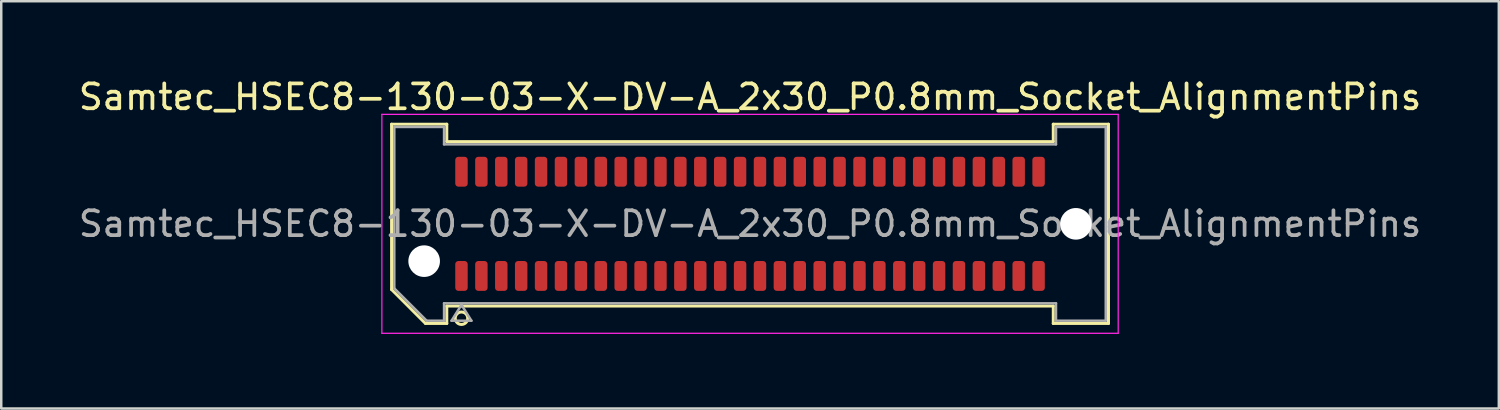
<source format=kicad_pcb>
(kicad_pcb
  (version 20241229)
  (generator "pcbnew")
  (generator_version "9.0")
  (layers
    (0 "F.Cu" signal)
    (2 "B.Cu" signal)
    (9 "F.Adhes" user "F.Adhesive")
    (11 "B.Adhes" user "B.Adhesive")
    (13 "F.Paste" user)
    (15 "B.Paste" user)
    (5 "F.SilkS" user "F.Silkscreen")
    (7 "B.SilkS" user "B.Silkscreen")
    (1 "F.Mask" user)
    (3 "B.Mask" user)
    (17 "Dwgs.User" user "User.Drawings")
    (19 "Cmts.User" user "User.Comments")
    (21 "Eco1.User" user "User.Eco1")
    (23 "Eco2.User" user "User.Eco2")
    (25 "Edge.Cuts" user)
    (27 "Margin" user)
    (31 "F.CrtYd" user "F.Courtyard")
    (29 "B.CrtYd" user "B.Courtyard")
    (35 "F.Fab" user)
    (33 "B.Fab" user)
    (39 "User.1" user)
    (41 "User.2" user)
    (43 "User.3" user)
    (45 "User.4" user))
  (footprint "Samtec_HSEC8-130-03-X-DV-A_2x30_P0.8mm_Socket_AlignmentPins"
    (layer "F.Cu")
    (at 27.101 5.948)
    (property "Reference" "Samtec_HSEC8-130-03-X-DV-A_2x30_P0.8mm_Socket_AlignmentPins" (at 0 -5.1 0) (layer "F.SilkS") (effects (font (size 1 1) (thickness 0.15))))
    (attr smd)
    (fp_line (start -14.41 -4.005) (end -12.19 -4.005) (stroke (width 0.12) (type solid)) (layer "F.SilkS"))
    (fp_line (start -14.41 2.641) (end -14.41 -4.005) (stroke (width 0.12) (type solid)) (layer "F.SilkS"))
    (fp_line (start -13.046 4.005) (end -14.41 2.641) (stroke (width 0.12) (type solid)) (layer "F.SilkS"))
    (fp_line (start -12.19 -4.005) (end -12.19 -3.305) (stroke (width 0.12) (type solid)) (layer "F.SilkS"))
    (fp_line (start -12.19 -3.305) (end 12.19 -3.305) (stroke (width 0.12) (type solid)) (layer "F.SilkS"))
    (fp_line (start -12.19 3.305) (end -12.19 4.005) (stroke (width 0.12) (type solid)) (layer "F.SilkS"))
    (fp_line (start -12.19 4.005) (end -13.046 4.005) (stroke (width 0.12) (type solid)) (layer "F.SilkS"))
    (fp_line (start 12.19 -4.005) (end 14.41 -4.005) (stroke (width 0.12) (type solid)) (layer "F.SilkS"))
    (fp_line (start 12.19 -3.305) (end 12.19 -4.005) (stroke (width 0.12) (type solid)) (layer "F.SilkS"))
    (fp_line (start 12.19 3.305) (end -12.19 3.305) (stroke (width 0.12) (type solid)) (layer "F.SilkS"))
    (fp_line (start 12.19 4.005) (end 12.19 3.305) (stroke (width 0.12) (type solid)) (layer "F.SilkS"))
    (fp_line (start 14.41 -4.005) (end 14.41 4.005) (stroke (width 0.12) (type solid)) (layer "F.SilkS"))
    (fp_line (start 14.41 4.005) (end 12.19 4.005) (stroke (width 0.12) (type solid)) (layer "F.SilkS"))
    (fp_arc (start -11.35 3.795) (mid -11.85 3.795) (end -11.35 3.795) (stroke (width 0.12) (type solid)) (layer "F.SilkS"))
    (fp_line (start -14.8 -4.4) (end -14.8 4.4) (stroke (width 0.05) (type solid)) (layer "F.CrtYd"))
    (fp_line (start -14.8 4.4) (end 14.8 4.4) (stroke (width 0.05) (type solid)) (layer "F.CrtYd"))
    (fp_line (start 14.8 -4.4) (end -14.8 -4.4) (stroke (width 0.05) (type solid)) (layer "F.CrtYd"))
    (fp_line (start 14.8 4.4) (end 14.8 -4.4) (stroke (width 0.05) (type solid)) (layer "F.CrtYd"))
    (fp_line (start -14.3 -3.895) (end -12.3 -3.895) (stroke (width 0.1) (type solid)) (layer "F.Fab"))
    (fp_line (start -14.3 2.595) (end -14.3 -3.895) (stroke (width 0.1) (type solid)) (layer "F.Fab"))
    (fp_line (start -13 3.895) (end -14.3 2.595) (stroke (width 0.1) (type solid)) (layer "F.Fab"))
    (fp_line (start -12.3 -3.895) (end -12.3 -3.195) (stroke (width 0.1) (type solid)) (layer "F.Fab"))
    (fp_line (start -12.3 -3.195) (end 12.3 -3.195) (stroke (width 0.1) (type solid)) (layer "F.Fab"))
    (fp_line (start -12.3 3.195) (end -12.3 3.895) (stroke (width 0.1) (type solid)) (layer "F.Fab"))
    (fp_line (start -12.3 3.895) (end -13 3.895) (stroke (width 0.1) (type solid)) (layer "F.Fab"))
    (fp_line (start -12 3.895) (end -11.6 3.255) (stroke (width 0.1) (type solid)) (layer "F.Fab"))
    (fp_line (start -11.6 3.255) (end -11.2 3.895) (stroke (width 0.1) (type solid)) (layer "F.Fab"))
    (fp_line (start -11.2 3.895) (end -12 3.895) (stroke (width 0.1) (type solid)) (layer "F.Fab"))
    (fp_line (start 12.3 -3.895) (end 14.3 -3.895) (stroke (width 0.1) (type solid)) (layer "F.Fab"))
    (fp_line (start 12.3 -3.195) (end 12.3 -3.895) (stroke (width 0.1) (type solid)) (layer "F.Fab"))
    (fp_line (start 12.3 3.195) (end -12.3 3.195) (stroke (width 0.1) (type solid)) (layer "F.Fab"))
    (fp_line (start 12.3 3.895) (end 12.3 3.195) (stroke (width 0.1) (type solid)) (layer "F.Fab"))
    (fp_line (start 14.3 -3.895) (end 14.3 3.895) (stroke (width 0.1) (type solid)) (layer "F.Fab"))
    (fp_line (start 14.3 3.895) (end 12.3 3.895) (stroke (width 0.1) (type solid)) (layer "F.Fab"))
    (fp_text user "${REFERENCE}" (at 0 0 0) (layer "F.Fab") (effects (font (size 1 1) (thickness 0.15))))
    (pad "" np_thru_hole circle (at -13.1 1.5) (size 1.27 1.27) (drill 1.27) (layers "*.Cu" "*.Mask"))
    (pad "" np_thru_hole circle (at 13.1 0) (size 1.27 1.27) (drill 1.27) (layers "*.Cu" "*.Mask"))
    (pad "1" smd roundrect (at -11.6 2.095) (size 0.5 1.2) (layers "F.Cu" "F.Mask" "F.Paste") (roundrect_rratio 0.25))
    (pad "2" smd roundrect (at -11.6 -2.095) (size 0.5 1.2) (layers "F.Cu" "F.Mask" "F.Paste") (roundrect_rratio 0.25))
    (pad "3" smd roundrect (at -10.8 2.095) (size 0.5 1.2) (layers "F.Cu" "F.Mask" "F.Paste") (roundrect_rratio 0.25))
    (pad "4" smd roundrect (at -10.8 -2.095) (size 0.5 1.2) (layers "F.Cu" "F.Mask" "F.Paste") (roundrect_rratio 0.25))
    (pad "5" smd roundrect (at -10 2.095) (size 0.5 1.2) (layers "F.Cu" "F.Mask" "F.Paste") (roundrect_rratio 0.25))
    (pad "6" smd roundrect (at -10 -2.095) (size 0.5 1.2) (layers "F.Cu" "F.Mask" "F.Paste") (roundrect_rratio 0.25))
    (pad "7" smd roundrect (at -9.2 2.095) (size 0.5 1.2) (layers "F.Cu" "F.Mask" "F.Paste") (roundrect_rratio 0.25))
    (pad "8" smd roundrect (at -9.2 -2.095) (size 0.5 1.2) (layers "F.Cu" "F.Mask" "F.Paste") (roundrect_rratio 0.25))
    (pad "9" smd roundrect (at -8.4 2.095) (size 0.5 1.2) (layers "F.Cu" "F.Mask" "F.Paste") (roundrect_rratio 0.25))
    (pad "10" smd roundrect (at -8.4 -2.095) (size 0.5 1.2) (layers "F.Cu" "F.Mask" "F.Paste") (roundrect_rratio 0.25))
    (pad "11" smd roundrect (at -7.6 2.095) (size 0.5 1.2) (layers "F.Cu" "F.Mask" "F.Paste") (roundrect_rratio 0.25))
    (pad "12" smd roundrect (at -7.6 -2.095) (size 0.5 1.2) (layers "F.Cu" "F.Mask" "F.Paste") (roundrect_rratio 0.25))
    (pad "13" smd roundrect (at -6.8 2.095) (size 0.5 1.2) (layers "F.Cu" "F.Mask" "F.Paste") (roundrect_rratio 0.25))
    (pad "14" smd roundrect (at -6.8 -2.095) (size 0.5 1.2) (layers "F.Cu" "F.Mask" "F.Paste") (roundrect_rratio 0.25))
    (pad "15" smd roundrect (at -6 2.095) (size 0.5 1.2) (layers "F.Cu" "F.Mask" "F.Paste") (roundrect_rratio 0.25))
    (pad "16" smd roundrect (at -6 -2.095) (size 0.5 1.2) (layers "F.Cu" "F.Mask" "F.Paste") (roundrect_rratio 0.25))
    (pad "17" smd roundrect (at -5.2 2.095) (size 0.5 1.2) (layers "F.Cu" "F.Mask" "F.Paste") (roundrect_rratio 0.25))
    (pad "18" smd roundrect (at -5.2 -2.095) (size 0.5 1.2) (layers "F.Cu" "F.Mask" "F.Paste") (roundrect_rratio 0.25))
    (pad "19" smd roundrect (at -4.4 2.095) (size 0.5 1.2) (layers "F.Cu" "F.Mask" "F.Paste") (roundrect_rratio 0.25))
    (pad "20" smd roundrect (at -4.4 -2.095) (size 0.5 1.2) (layers "F.Cu" "F.Mask" "F.Paste") (roundrect_rratio 0.25))
    (pad "21" smd roundrect (at -3.6 2.095) (size 0.5 1.2) (layers "F.Cu" "F.Mask" "F.Paste") (roundrect_rratio 0.25))
    (pad "22" smd roundrect (at -3.6 -2.095) (size 0.5 1.2) (layers "F.Cu" "F.Mask" "F.Paste") (roundrect_rratio 0.25))
    (pad "23" smd roundrect (at -2.8 2.095) (size 0.5 1.2) (layers "F.Cu" "F.Mask" "F.Paste") (roundrect_rratio 0.25))
    (pad "24" smd roundrect (at -2.8 -2.095) (size 0.5 1.2) (layers "F.Cu" "F.Mask" "F.Paste") (roundrect_rratio 0.25))
    (pad "25" smd roundrect (at -2 2.095) (size 0.5 1.2) (layers "F.Cu" "F.Mask" "F.Paste") (roundrect_rratio 0.25))
    (pad "26" smd roundrect (at -2 -2.095) (size 0.5 1.2) (layers "F.Cu" "F.Mask" "F.Paste") (roundrect_rratio 0.25))
    (pad "27" smd roundrect (at -1.2 2.095) (size 0.5 1.2) (layers "F.Cu" "F.Mask" "F.Paste") (roundrect_rratio 0.25))
    (pad "28" smd roundrect (at -1.2 -2.095) (size 0.5 1.2) (layers "F.Cu" "F.Mask" "F.Paste") (roundrect_rratio 0.25))
    (pad "29" smd roundrect (at -0.4 2.095) (size 0.5 1.2) (layers "F.Cu" "F.Mask" "F.Paste") (roundrect_rratio 0.25))
    (pad "30" smd roundrect (at -0.4 -2.095) (size 0.5 1.2) (layers "F.Cu" "F.Mask" "F.Paste") (roundrect_rratio 0.25))
    (pad "31" smd roundrect (at 0.4 2.095) (size 0.5 1.2) (layers "F.Cu" "F.Mask" "F.Paste") (roundrect_rratio 0.25))
    (pad "32" smd roundrect (at 0.4 -2.095) (size 0.5 1.2) (layers "F.Cu" "F.Mask" "F.Paste") (roundrect_rratio 0.25))
    (pad "33" smd roundrect (at 1.2 2.095) (size 0.5 1.2) (layers "F.Cu" "F.Mask" "F.Paste") (roundrect_rratio 0.25))
    (pad "34" smd roundrect (at 1.2 -2.095) (size 0.5 1.2) (layers "F.Cu" "F.Mask" "F.Paste") (roundrect_rratio 0.25))
    (pad "35" smd roundrect (at 2 2.095) (size 0.5 1.2) (layers "F.Cu" "F.Mask" "F.Paste") (roundrect_rratio 0.25))
    (pad "36" smd roundrect (at 2 -2.095) (size 0.5 1.2) (layers "F.Cu" "F.Mask" "F.Paste") (roundrect_rratio 0.25))
    (pad "37" smd roundrect (at 2.8 2.095) (size 0.5 1.2) (layers "F.Cu" "F.Mask" "F.Paste") (roundrect_rratio 0.25))
    (pad "38" smd roundrect (at 2.8 -2.095) (size 0.5 1.2) (layers "F.Cu" "F.Mask" "F.Paste") (roundrect_rratio 0.25))
    (pad "39" smd roundrect (at 3.6 2.095) (size 0.5 1.2) (layers "F.Cu" "F.Mask" "F.Paste") (roundrect_rratio 0.25))
    (pad "40" smd roundrect (at 3.6 -2.095) (size 0.5 1.2) (layers "F.Cu" "F.Mask" "F.Paste") (roundrect_rratio 0.25))
    (pad "41" smd roundrect (at 4.4 2.095) (size 0.5 1.2) (layers "F.Cu" "F.Mask" "F.Paste") (roundrect_rratio 0.25))
    (pad "42" smd roundrect (at 4.4 -2.095) (size 0.5 1.2) (layers "F.Cu" "F.Mask" "F.Paste") (roundrect_rratio 0.25))
    (pad "43" smd roundrect (at 5.2 2.095) (size 0.5 1.2) (layers "F.Cu" "F.Mask" "F.Paste") (roundrect_rratio 0.25))
    (pad "44" smd roundrect (at 5.2 -2.095) (size 0.5 1.2) (layers "F.Cu" "F.Mask" "F.Paste") (roundrect_rratio 0.25))
    (pad "45" smd roundrect (at 6 2.095) (size 0.5 1.2) (layers "F.Cu" "F.Mask" "F.Paste") (roundrect_rratio 0.25))
    (pad "46" smd roundrect (at 6 -2.095) (size 0.5 1.2) (layers "F.Cu" "F.Mask" "F.Paste") (roundrect_rratio 0.25))
    (pad "47" smd roundrect (at 6.8 2.095) (size 0.5 1.2) (layers "F.Cu" "F.Mask" "F.Paste") (roundrect_rratio 0.25))
    (pad "48" smd roundrect (at 6.8 -2.095) (size 0.5 1.2) (layers "F.Cu" "F.Mask" "F.Paste") (roundrect_rratio 0.25))
    (pad "49" smd roundrect (at 7.6 2.095) (size 0.5 1.2) (layers "F.Cu" "F.Mask" "F.Paste") (roundrect_rratio 0.25))
    (pad "50" smd roundrect (at 7.6 -2.095) (size 0.5 1.2) (layers "F.Cu" "F.Mask" "F.Paste") (roundrect_rratio 0.25))
    (pad "51" smd roundrect (at 8.4 2.095) (size 0.5 1.2) (layers "F.Cu" "F.Mask" "F.Paste") (roundrect_rratio 0.25))
    (pad "52" smd roundrect (at 8.4 -2.095) (size 0.5 1.2) (layers "F.Cu" "F.Mask" "F.Paste") (roundrect_rratio 0.25))
    (pad "53" smd roundrect (at 9.2 2.095) (size 0.5 1.2) (layers "F.Cu" "F.Mask" "F.Paste") (roundrect_rratio 0.25))
    (pad "54" smd roundrect (at 9.2 -2.095) (size 0.5 1.2) (layers "F.Cu" "F.Mask" "F.Paste") (roundrect_rratio 0.25))
    (pad "55" smd roundrect (at 10 2.095) (size 0.5 1.2) (layers "F.Cu" "F.Mask" "F.Paste") (roundrect_rratio 0.25))
    (pad "56" smd roundrect (at 10 -2.095) (size 0.5 1.2) (layers "F.Cu" "F.Mask" "F.Paste") (roundrect_rratio 0.25))
    (pad "57" smd roundrect (at 10.8 2.095) (size 0.5 1.2) (layers "F.Cu" "F.Mask" "F.Paste") (roundrect_rratio 0.25))
    (pad "58" smd roundrect (at 10.8 -2.095) (size 0.5 1.2) (layers "F.Cu" "F.Mask" "F.Paste") (roundrect_rratio 0.25))
    (pad "59" smd roundrect (at 11.6 2.095) (size 0.5 1.2) (layers "F.Cu" "F.Mask" "F.Paste") (roundrect_rratio 0.25))
    (pad "60" smd roundrect (at 11.6 -2.095) (size 0.5 1.2) (layers "F.Cu" "F.Mask" "F.Paste") (roundrect_rratio 0.25)))
  (gr_rect
    (start -3 -3)
    (end 57.202 13.373)
    (stroke (width 0.1) (type default))
    (fill no)
    (layer "Edge.Cuts")))
</source>
